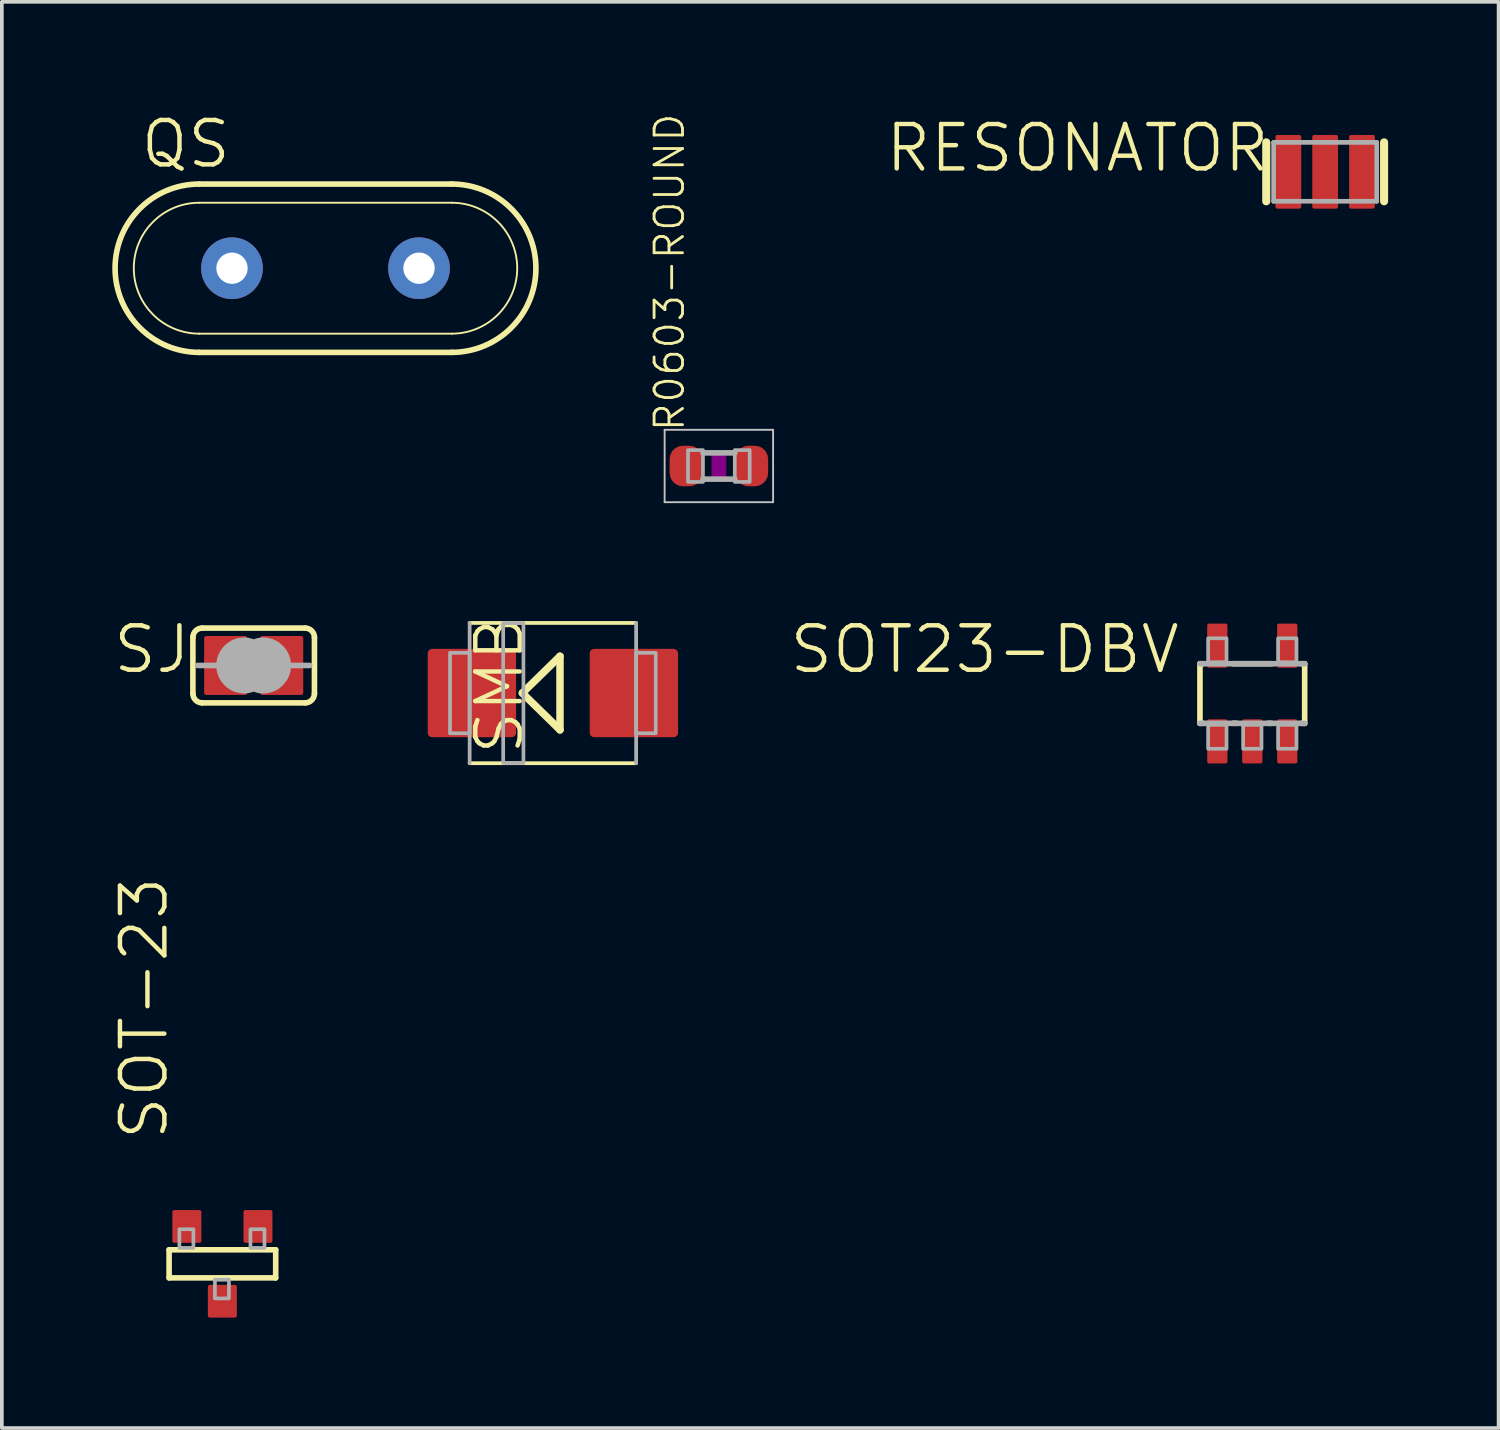
<source format=kicad_pcb>
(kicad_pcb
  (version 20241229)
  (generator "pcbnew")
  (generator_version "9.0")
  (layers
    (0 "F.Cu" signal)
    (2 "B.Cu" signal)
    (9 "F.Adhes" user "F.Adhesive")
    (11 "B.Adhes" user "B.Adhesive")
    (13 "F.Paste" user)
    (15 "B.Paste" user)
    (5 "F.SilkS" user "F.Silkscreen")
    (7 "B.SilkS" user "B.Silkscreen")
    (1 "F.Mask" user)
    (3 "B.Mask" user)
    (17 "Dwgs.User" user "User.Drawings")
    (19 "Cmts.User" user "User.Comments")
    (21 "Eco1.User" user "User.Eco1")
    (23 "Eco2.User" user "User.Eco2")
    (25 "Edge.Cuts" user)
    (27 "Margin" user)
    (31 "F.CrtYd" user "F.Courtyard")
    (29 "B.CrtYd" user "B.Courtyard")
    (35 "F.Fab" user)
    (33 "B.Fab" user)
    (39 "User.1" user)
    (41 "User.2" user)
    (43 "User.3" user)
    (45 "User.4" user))
  (footprint "SOT-23"
    (layer "F.Cu")
    (at 2.965 31.277)
    (property "Reference" "SOT-23" (at -1.397 -3.302 90) (layer "F.SilkS") (effects (font (size 1.206 1.206) (thickness 0.121)) (justify left bottom)))
    (attr through_hole)
    (fp_line (start -1.422 -0.381) (end 1.473 -0.381) (stroke (width 0.152) (type solid)) (layer "F.SilkS"))
    (fp_line (start -1.422 0.381) (end -1.422 -0.381) (stroke (width 0.152) (type solid)) (layer "F.SilkS"))
    (fp_line (start 1.473 -0.381) (end 1.473 0.381) (stroke (width 0.152) (type solid)) (layer "F.SilkS"))
    (fp_line (start 1.473 0.381) (end -1.422 0.381) (stroke (width 0.152) (type solid)) (layer "F.SilkS"))
    (fp_poly (pts (xy -1.143 -0.432) (xy -0.762 -0.432) (xy -0.762 -0.94) (xy -1.143 -0.94)) (stroke (width 0.1) (type solid)) (fill no) (layer "F.Fab"))
    (fp_poly (pts (xy -0.178 0.94) (xy 0.203 0.94) (xy 0.203 0.432) (xy -0.178 0.432)) (stroke (width 0.1) (type solid)) (fill no) (layer "F.Fab"))
    (fp_poly (pts (xy 0.787 -0.432) (xy 1.168 -0.432) (xy 1.168 -0.94) (xy 0.787 -0.94)) (stroke (width 0.1) (type solid)) (fill no) (layer "F.Fab"))
    (pad "1" smd roundrect (at 0.025 1.016) (size 0.787 0.889) (layers "F.Cu" "F.Mask" "F.Paste") (roundrect_rratio 0.065))
    (pad "2" smd roundrect (at -0.94 -1.016) (size 0.787 0.889) (layers "F.Cu" "F.Mask" "F.Paste") (roundrect_rratio 0.065))
    (pad "3" smd roundrect (at 0.991 -1.016) (size 0.787 0.889) (layers "F.Cu" "F.Mask" "F.Paste") (roundrect_rratio 0.065)))
  (footprint "SMB"
    (layer "F.Cu")
    (at 11.967 15.774)
    (property "Reference" "SMB" (at -2.159 -2.159 270) (layer "F.SilkS") (effects (font (size 1.206 1.206) (thickness 0.121)) (justify right top)))
    (attr through_hole)
    (fp_line (start -2.261 -1.905) (end 2.261 -1.905) (stroke (width 0.102) (type solid)) (layer "F.SilkS"))
    (fp_line (start -2.261 1.905) (end 2.261 1.905) (stroke (width 0.102) (type solid)) (layer "F.SilkS"))
    (fp_line (start -0.83 0) (end 0.193 1) (stroke (width 0.203) (type solid)) (layer "F.SilkS"))
    (fp_line (start 0.193 -1) (end -0.83 0) (stroke (width 0.203) (type solid)) (layer "F.SilkS"))
    (fp_line (start 0.193 1) (end 0.193 -1) (stroke (width 0.203) (type solid)) (layer "F.SilkS"))
    (fp_line (start -2.261 1.905) (end -2.261 -1.905) (stroke (width 0.102) (type solid)) (layer "F.Fab"))
    (fp_line (start 2.261 1.905) (end 2.261 -1.905) (stroke (width 0.102) (type solid)) (layer "F.Fab"))
    (fp_poly (pts (xy -2.794 1.092) (xy -2.261 1.092) (xy -2.261 -1.092) (xy -2.794 -1.092)) (stroke (width 0.1) (type solid)) (fill no) (layer "F.Fab"))
    (fp_poly (pts (xy -1.35 1.9) (xy -0.8 1.9) (xy -0.8 -1.9) (xy -1.35 -1.9)) (stroke (width 0.1) (type solid)) (fill no) (layer "F.Fab"))
    (fp_poly (pts (xy 2.261 1.092) (xy 2.794 1.092) (xy 2.794 -1.092) (xy 2.261 -1.092)) (stroke (width 0.1) (type solid)) (fill no) (layer "F.Fab"))
    (pad "A" smd roundrect (at 2.2 0) (size 2.4 2.4) (layers "F.Cu" "F.Mask" "F.Paste") (roundrect_rratio 0.05))
    (pad "C" smd roundrect (at -2.2 0) (size 2.4 2.4) (layers "F.Cu" "F.Mask" "F.Paste") (roundrect_rratio 0.05)))
  (footprint "RESONATOR"
    (layer "F.Cu")
    (at 32.943 1.617)
    (property "Reference" "RESONATOR" (at -1.45 -1.35 180) (layer "F.SilkS") (effects (font (size 1.206 1.206) (thickness 0.121)) (justify right top)))
    (attr through_hole)
    (fp_line (start -1.6 -0.8) (end -1.6 0.8) (stroke (width 0.22) (type solid)) (layer "F.SilkS"))
    (fp_line (start 1.6 -0.8) (end 1.6 0.8) (stroke (width 0.22) (type solid)) (layer "F.SilkS"))
    (fp_line (start -1.4 -0.8) (end 1.4 -0.8) (stroke (width 0.127) (type solid)) (layer "F.Fab"))
    (fp_line (start -1.4 0.8) (end -1.4 -0.8) (stroke (width 0.127) (type solid)) (layer "F.Fab"))
    (fp_line (start 1.4 -0.8) (end 1.4 0.8) (stroke (width 0.127) (type solid)) (layer "F.Fab"))
    (fp_line (start 1.4 0.8) (end -1.4 0.8) (stroke (width 0.127) (type solid)) (layer "F.Fab"))
    (pad "1" smd roundrect (at -1 0 90) (size 2 0.7) (layers "F.Cu" "F.Mask" "F.Paste") (roundrect_rratio 0.073))
    (pad "2" smd roundrect (at 0 0 90) (size 2 0.7) (layers "F.Cu" "F.Mask" "F.Paste") (roundrect_rratio 0.073))
    (pad "3" smd roundrect (at 1 0 90) (size 2 0.7) (layers "F.Cu" "F.Mask" "F.Paste") (roundrect_rratio 0.073)))
  (footprint "R0603-ROUND"
    (layer "F.Cu")
    (at 16.475 9.607)
    (property "Reference" "R0603-ROUND" (at -0.889 -0.889 90) (layer "F.SilkS") (effects (font (size 0.772 0.772) (thickness 0.077)) (justify left bottom)))
    (attr through_hole)
    (fp_poly (pts (xy -0.2 0.4) (xy 0.2 0.4) (xy 0.2 -0.4) (xy -0.2 -0.4)) (stroke (width 0) (type solid)) (fill yes) (layer "F.Adhes"))
    (fp_line (start -1.473 -0.983) (end 1.473 -0.983) (stroke (width 0.051) (type solid)) (layer "Dwgs.User"))
    (fp_line (start -1.473 0.983) (end -1.473 -0.983) (stroke (width 0.051) (type solid)) (layer "Dwgs.User"))
    (fp_line (start 1.473 -0.983) (end 1.473 0.983) (stroke (width 0.051) (type solid)) (layer "Dwgs.User"))
    (fp_line (start 1.473 0.983) (end -1.473 0.983) (stroke (width 0.051) (type solid)) (layer "Dwgs.User"))
    (fp_line (start -0.432 0.356) (end 0.432 0.356) (stroke (width 0.152) (type solid)) (layer "F.Fab"))
    (fp_line (start 0.432 -0.356) (end -0.432 -0.356) (stroke (width 0.152) (type solid)) (layer "F.Fab"))
    (fp_poly (pts (xy -0.838 0.432) (xy -0.432 0.432) (xy -0.432 -0.432) (xy -0.838 -0.432)) (stroke (width 0.1) (type solid)) (fill no) (layer "F.Fab"))
    (fp_poly (pts (xy 0.432 0.432) (xy 0.838 0.432) (xy 0.838 -0.432) (xy 0.432 -0.432)) (stroke (width 0.1) (type solid)) (fill no) (layer "F.Fab"))
    (pad "1" smd roundrect (at -0.889 0) (size 0.898 1.1) (layers "F.Cu" "F.Mask" "F.Paste") (roundrect_rratio 0.4))
    (pad "2" smd roundrect (at 0.889 0) (size 0.898 1.1) (layers "F.Cu" "F.Mask" "F.Paste") (roundrect_rratio 0.4)))
  (footprint "QS"
    (layer "F.Cu")
    (at 5.791 4.235)
    (property "Reference" "QS" (at -5.08 -2.667 180) (layer "F.SilkS") (effects (font (size 1.206 1.206) (thickness 0.121)) (justify left bottom)))
    (attr through_hole)
    (fp_line (start -3.429 1.778) (end 3.429 1.778) (stroke (width 0.051) (type solid)) (layer "F.SilkS"))
    (fp_line (start -3.429 2.286) (end 3.429 2.286) (stroke (width 0.152) (type solid)) (layer "F.SilkS"))
    (fp_line (start 3.429 -2.286) (end -3.429 -2.286) (stroke (width 0.152) (type solid)) (layer "F.SilkS"))
    (fp_line (start 3.429 -1.778) (end -3.429 -1.778) (stroke (width 0.051) (type solid)) (layer "F.SilkS"))
    (fp_arc (start -3.429 1.778) (mid -5.207 0) (end -3.429 -1.778) (stroke (width 0.0508) (type solid)) (layer "F.SilkS"))
    (fp_arc (start -3.429 2.286) (mid -5.715 0) (end -3.429 -2.286) (stroke (width 0.1524) (type solid)) (layer "F.SilkS"))
    (fp_arc (start 3.429 -2.286) (mid 5.715 0) (end 3.429 2.286) (stroke (width 0.1524) (type solid)) (layer "F.SilkS"))
    (fp_arc (start 3.429 -1.778) (mid 5.207 0) (end 3.429 1.778) (stroke (width 0.0508) (type solid)) (layer "F.SilkS"))
    (pad "1" thru_hole circle (at -2.54 0 90) (size 1.676 1.676) (drill 0.85) (layers "*.Cu" "*.Mask"))
    (pad "2" thru_hole circle (at 2.54 0 90) (size 1.676 1.676) (drill 0.85) (layers "*.Cu" "*.Mask")))
  (footprint "SJ"
    (layer "F.Cu")
    (at 3.84 15.025)
    (property "Reference" "SJ" (at -1.651 -1.143 0) (layer "F.SilkS") (effects (font (size 1.206 1.206) (thickness 0.121)) (justify right top)))
    (attr through_hole)
    (fp_poly (pts (xy -0.076 0.914) (xy 0.076 0.914) (xy 0.076 -0.914) (xy -0.076 -0.914)) (stroke (width 0) (type solid)) (fill yes) (layer "F.Mask"))
    (fp_line (start -1.651 0.762) (end -1.651 -0.762) (stroke (width 0.152) (type solid)) (layer "F.SilkS"))
    (fp_line (start -1.397 -1.016) (end 1.397 -1.016) (stroke (width 0.152) (type solid)) (layer "F.SilkS"))
    (fp_line (start 1.397 1.016) (end -1.397 1.016) (stroke (width 0.152) (type solid)) (layer "F.SilkS"))
    (fp_line (start 1.651 0.762) (end 1.651 -0.762) (stroke (width 0.152) (type solid)) (layer "F.SilkS"))
    (fp_arc (start -1.651 -0.762) (mid -1.576605 -0.941605) (end -1.397 -1.016) (stroke (width 0.1524) (type solid)) (layer "F.SilkS"))
    (fp_arc (start -1.397 1.016) (mid -1.576605 0.941605) (end -1.651 0.762) (stroke (width 0.1524) (type solid)) (layer "F.SilkS"))
    (fp_arc (start 1.397 -1.016) (mid 1.576605 -0.941605) (end 1.651 -0.762) (stroke (width 0.1524) (type solid)) (layer "F.SilkS"))
    (fp_arc (start 1.651 0.762) (mid 1.576605 0.941605) (end 1.397 1.016) (stroke (width 0.1524) (type solid)) (layer "F.SilkS"))
    (fp_line (start -1.016 0) (end -1.524 0) (stroke (width 0.152) (type solid)) (layer "F.Fab"))
    (fp_line (start 1.016 0) (end 1.524 0) (stroke (width 0.152) (type solid)) (layer "F.Fab"))
    (fp_arc (start -0.254 0.127) (mid -0.381 0) (end -0.254 -0.127) (stroke (width 1.27) (type solid)) (layer "F.Fab"))
    (fp_arc (start 0.254 -0.127) (mid 0.381 0) (end 0.254 0.127) (stroke (width 1.27) (type solid)) (layer "F.Fab"))
    (pad "1" smd roundrect (at -0.762 0) (size 1.168 1.6) (layers "F.Cu" "F.Mask" "F.Paste") (roundrect_rratio 0.05))
    (pad "2" smd roundrect (at 0.762 0) (size 1.168 1.6) (layers "F.Cu" "F.Mask" "F.Paste") (roundrect_rratio 0.05)))
  (footprint "SOT23-DBV"
    (layer "F.Cu")
    (at 30.964 15.787)
    (property "Reference" "SOT23-DBV" (at -1.905 -1.905 180) (layer "F.SilkS") (effects (font (size 1.206 1.206) (thickness 0.121)) (justify right top)))
    (attr through_hole)
    (fp_line (start -1.422 -0.81) (end -1.328 -0.81) (stroke (width 0.152) (type solid)) (layer "F.SilkS"))
    (fp_line (start -1.422 0.81) (end -1.422 -0.81) (stroke (width 0.152) (type solid)) (layer "F.SilkS"))
    (fp_line (start -1.328 0.81) (end -1.422 0.81) (stroke (width 0.152) (type solid)) (layer "F.SilkS"))
    (fp_line (start -0.522 -0.81) (end 0.522 -0.81) (stroke (width 0.152) (type solid)) (layer "F.SilkS"))
    (fp_line (start -0.428 0.81) (end -0.522 0.81) (stroke (width 0.152) (type solid)) (layer "F.SilkS"))
    (fp_line (start 0.522 0.81) (end 0.428 0.81) (stroke (width 0.152) (type solid)) (layer "F.SilkS"))
    (fp_line (start 1.328 -0.81) (end 1.422 -0.81) (stroke (width 0.152) (type solid)) (layer "F.SilkS"))
    (fp_line (start 1.422 -0.81) (end 1.422 0.81) (stroke (width 0.152) (type solid)) (layer "F.SilkS"))
    (fp_line (start 1.422 0.81) (end 1.328 0.81) (stroke (width 0.152) (type solid)) (layer "F.SilkS"))
    (fp_line (start -1.422 -0.81) (end 1.422 -0.81) (stroke (width 0.152) (type solid)) (layer "F.Fab"))
    (fp_line (start 1.422 0.81) (end -1.422 0.81) (stroke (width 0.152) (type solid)) (layer "F.Fab"))
    (fp_poly (pts (xy -1.2 -0.85) (xy -0.7 -0.85) (xy -0.7 -1.5) (xy -1.2 -1.5)) (stroke (width 0.1) (type solid)) (fill no) (layer "F.Fab"))
    (fp_poly (pts (xy -1.2 1.5) (xy -0.7 1.5) (xy -0.7 0.85) (xy -1.2 0.85)) (stroke (width 0.1) (type solid)) (fill no) (layer "F.Fab"))
    (fp_poly (pts (xy -0.25 1.5) (xy 0.25 1.5) (xy 0.25 0.85) (xy -0.25 0.85)) (stroke (width 0.1) (type solid)) (fill no) (layer "F.Fab"))
    (fp_poly (pts (xy 0.7 -0.85) (xy 1.2 -0.85) (xy 1.2 -1.5) (xy 0.7 -1.5)) (stroke (width 0.1) (type solid)) (fill no) (layer "F.Fab"))
    (fp_poly (pts (xy 0.7 1.5) (xy 1.2 1.5) (xy 1.2 0.85) (xy 0.7 0.85)) (stroke (width 0.1) (type solid)) (fill no) (layer "F.Fab"))
    (pad "1" smd roundrect (at -0.95 1.3) (size 0.55 1.2) (layers "F.Cu" "F.Mask" "F.Paste") (roundrect_rratio 0.092))
    (pad "2" smd roundrect (at 0 1.3) (size 0.55 1.2) (layers "F.Cu" "F.Mask" "F.Paste") (roundrect_rratio 0.092))
    (pad "3" smd roundrect (at 0.95 1.3) (size 0.55 1.2) (layers "F.Cu" "F.Mask" "F.Paste") (roundrect_rratio 0.092))
    (pad "4" smd roundrect (at 0.95 -1.3) (size 0.55 1.2) (layers "F.Cu" "F.Mask" "F.Paste") (roundrect_rratio 0.092))
    (pad "5" smd roundrect (at -0.95 -1.3) (size 0.55 1.2) (layers "F.Cu" "F.Mask" "F.Paste") (roundrect_rratio 0.092)))
  (gr_rect
    (start -3 -3)
    (end 37.653 35.737)
    (stroke (width 0.1) (type default))
    (fill no)
    (layer "Edge.Cuts")))
</source>
